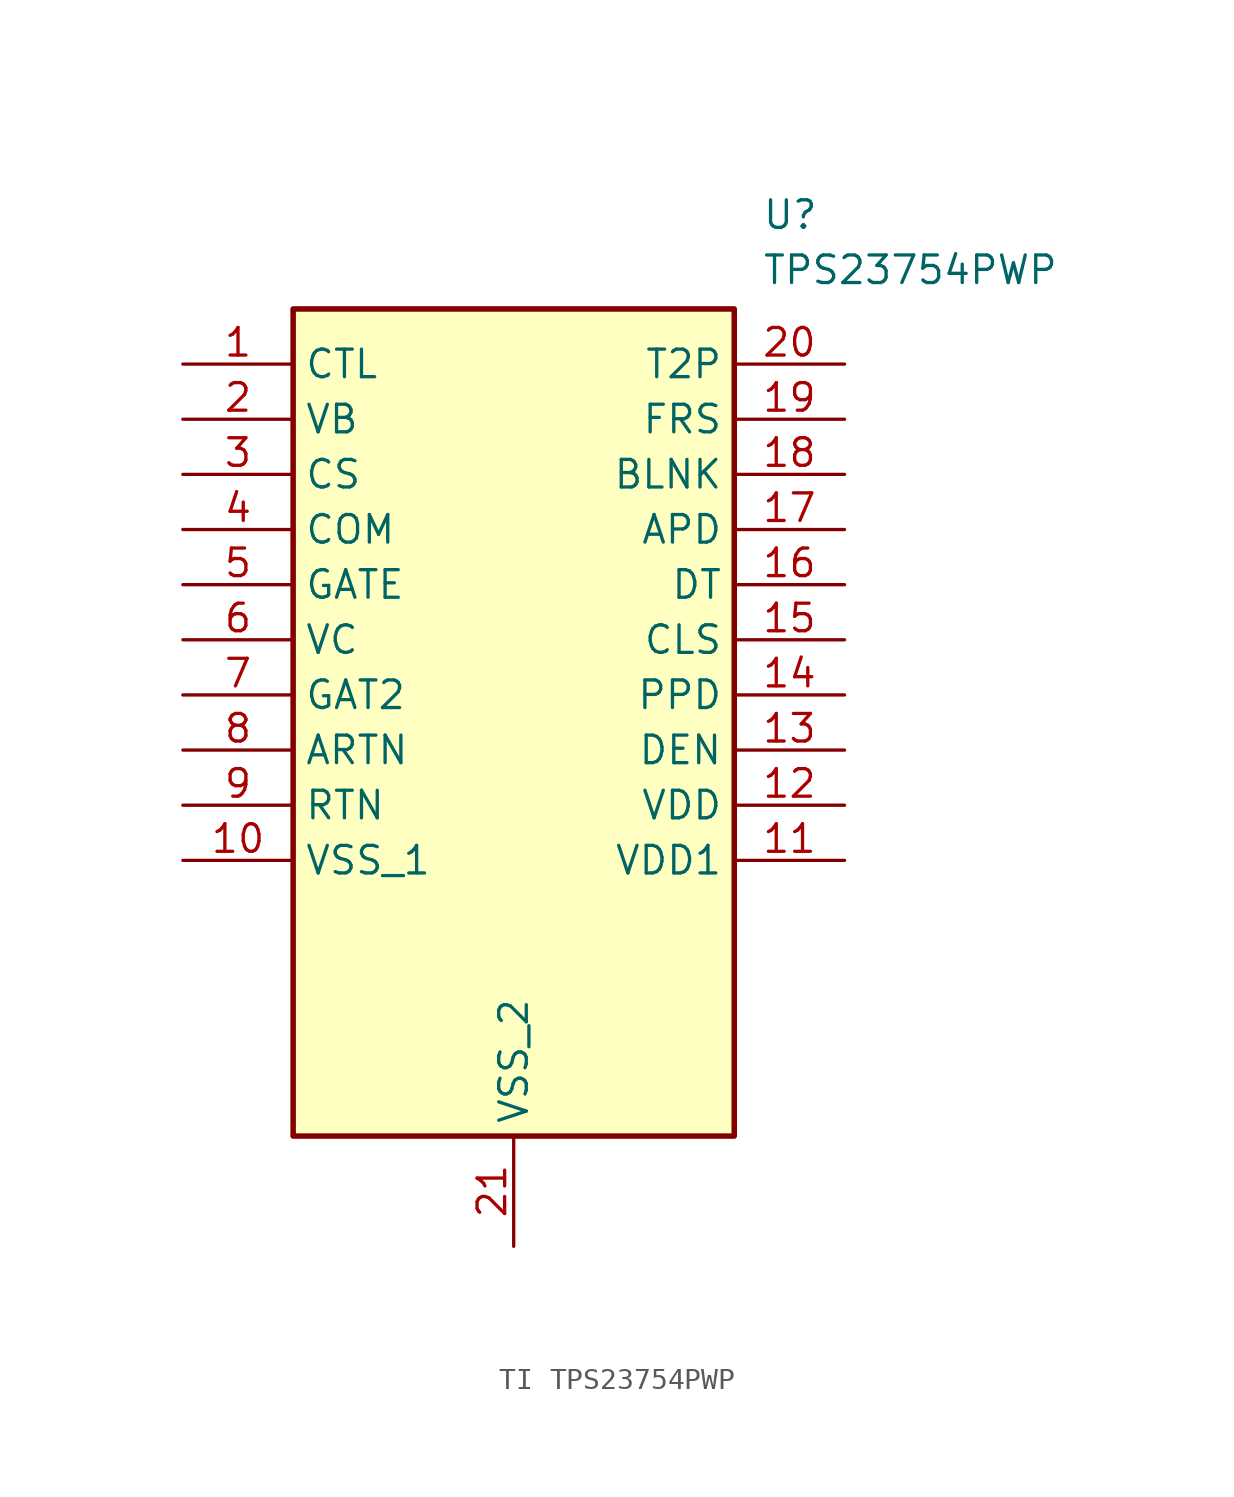
<source format=kicad_sym>
(kicad_symbol_lib
  (version 20220914)
  (generator kicad_symbol_editor)
  (symbol "TI TPS23754PWP"
    (property "Reference" "U"
      (at 26.67 7.62 0)
      (effects (font (size 1.27 1.27)) (justify left top)))
    (property "Value" "TPS23754PWP"
      (at 26.67 5.08 0)
      (effects (font (size 1.27 1.27)) (justify left top)))
    (symbol "TI TPS23754PWP_1_1"
      (rectangle (start 5.08 2.54) (end 25.4 -35.56) (stroke (width 0.254) (type default)) (fill (type background)))
      (pin passive line (at 0 0 0) (length 5.08) (name "CTL" (effects (font (size 1.27 1.27)))) (number "1" (effects (font (size 1.27 1.27)))))
      (pin passive line (at 0 -22.86 0) (length 5.08) (name "VSS_1" (effects (font (size 1.27 1.27)))) (number "10" (effects (font (size 1.27 1.27)))))
      (pin passive line (at 30.48 -22.86 180) (length 5.08) (name "VDD1" (effects (font (size 1.27 1.27)))) (number "11" (effects (font (size 1.27 1.27)))))
      (pin passive line (at 30.48 -20.32 180) (length 5.08) (name "VDD" (effects (font (size 1.27 1.27)))) (number "12" (effects (font (size 1.27 1.27)))))
      (pin passive line (at 30.48 -17.78 180) (length 5.08) (name "DEN" (effects (font (size 1.27 1.27)))) (number "13" (effects (font (size 1.27 1.27)))))
      (pin passive line (at 30.48 -15.24 180) (length 5.08) (name "PPD" (effects (font (size 1.27 1.27)))) (number "14" (effects (font (size 1.27 1.27)))))
      (pin passive line (at 30.48 -12.7 180) (length 5.08) (name "CLS" (effects (font (size 1.27 1.27)))) (number "15" (effects (font (size 1.27 1.27)))))
      (pin passive line (at 30.48 -10.16 180) (length 5.08) (name "DT" (effects (font (size 1.27 1.27)))) (number "16" (effects (font (size 1.27 1.27)))))
      (pin passive line (at 30.48 -7.62 180) (length 5.08) (name "APD" (effects (font (size 1.27 1.27)))) (number "17" (effects (font (size 1.27 1.27)))))
      (pin passive line (at 30.48 -5.08 180) (length 5.08) (name "BLNK" (effects (font (size 1.27 1.27)))) (number "18" (effects (font (size 1.27 1.27)))))
      (pin passive line (at 30.48 -2.54 180) (length 5.08) (name "FRS" (effects (font (size 1.27 1.27)))) (number "19" (effects (font (size 1.27 1.27)))))
      (pin passive line (at 0 -2.54 0) (length 5.08) (name "VB" (effects (font (size 1.27 1.27)))) (number "2" (effects (font (size 1.27 1.27)))))
      (pin passive line (at 30.48 0 180) (length 5.08) (name "T2P" (effects (font (size 1.27 1.27)))) (number "20" (effects (font (size 1.27 1.27)))))
      (pin passive line (at 15.24 -40.64 90) (length 5.08) (name "VSS_2" (effects (font (size 1.27 1.27)))) (number "21" (effects (font (size 1.27 1.27)))))
      (pin passive line (at 0 -5.08 0) (length 5.08) (name "CS" (effects (font (size 1.27 1.27)))) (number "3" (effects (font (size 1.27 1.27)))))
      (pin passive line (at 0 -7.62 0) (length 5.08) (name "COM" (effects (font (size 1.27 1.27)))) (number "4" (effects (font (size 1.27 1.27)))))
      (pin passive line (at 0 -10.16 0) (length 5.08) (name "GATE" (effects (font (size 1.27 1.27)))) (number "5" (effects (font (size 1.27 1.27)))))
      (pin passive line (at 0 -12.7 0) (length 5.08) (name "VC" (effects (font (size 1.27 1.27)))) (number "6" (effects (font (size 1.27 1.27)))))
      (pin passive line (at 0 -15.24 0) (length 5.08) (name "GAT2" (effects (font (size 1.27 1.27)))) (number "7" (effects (font (size 1.27 1.27)))))
      (pin passive line (at 0 -17.78 0) (length 5.08) (name "ARTN" (effects (font (size 1.27 1.27)))) (number "8" (effects (font (size 1.27 1.27)))))
      (pin passive line (at 0 -20.32 0) (length 5.08) (name "RTN" (effects (font (size 1.27 1.27)))) (number "9" (effects (font (size 1.27 1.27))))))))
</source>
